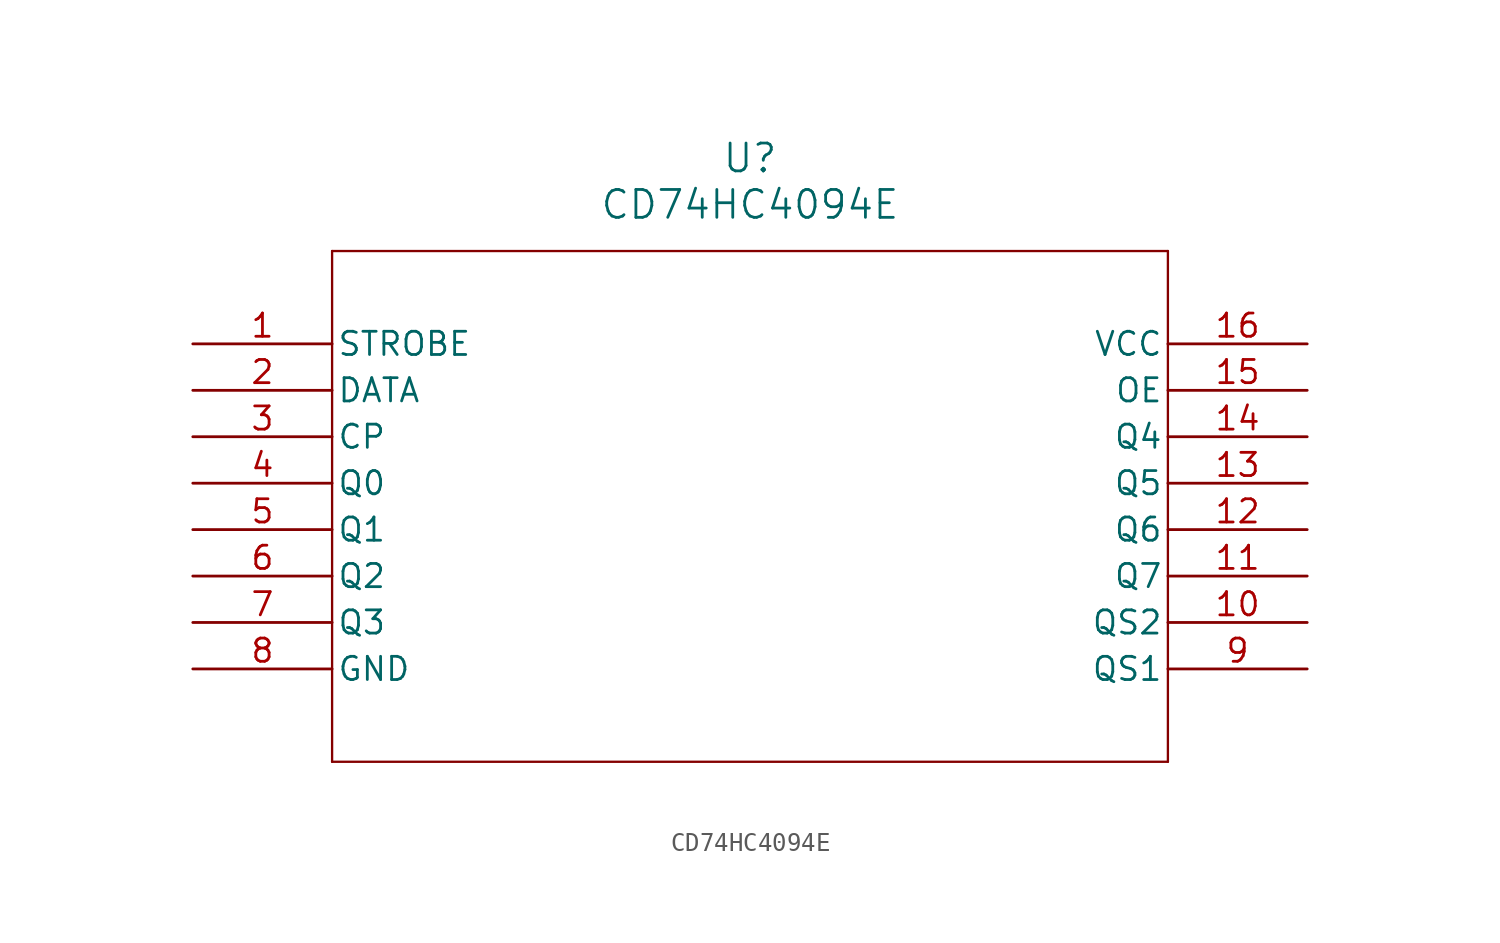
<source format=kicad_sym>
(kicad_symbol_lib
  (version 20211014)
  (generator kicad_symbol_editor)
  (symbol "CD74HC4094E"
    (pin_names
      (offset 0.254))
    (property "Reference" "U"
      (at 30.48 10.16 0)
      (effects (font (size 1.524 1.524))))
    (property "Value" "CD74HC4094E"
      (at 30.48 7.62 0)
      (effects (font (size 1.524 1.524))))
    (symbol "CD74HC4094E_0_1"
      (polyline (pts (xy 7.62 5.08) (xy 7.62 -22.86)) (stroke (width 0.127) (type default) (color 0 0 0 0)) (fill (type none)))
      (polyline (pts (xy 7.62 -22.86) (xy 53.34 -22.86)) (stroke (width 0.127) (type default) (color 0 0 0 0)) (fill (type none)))
      (polyline (pts (xy 53.34 -22.86) (xy 53.34 5.08)) (stroke (width 0.127) (type default) (color 0 0 0 0)) (fill (type none)))
      (polyline (pts (xy 53.34 5.08) (xy 7.62 5.08)) (stroke (width 0.127) (type default) (color 0 0 0 0)) (fill (type none)))
      (pin unspecified line (at 0 0 0) (length 7.62) (name "STROBE" (effects (font (size 1.27 1.27)))) (number "1" (effects (font (size 1.27 1.27)))))
      (pin unspecified line (at 0 -2.54 0) (length 7.62) (name "DATA" (effects (font (size 1.27 1.27)))) (number "2" (effects (font (size 1.27 1.27)))))
      (pin unspecified line (at 0 -5.08 0) (length 7.62) (name "CP" (effects (font (size 1.27 1.27)))) (number "3" (effects (font (size 1.27 1.27)))))
      (pin output line (at 0 -7.62 0) (length 7.62) (name "Q0" (effects (font (size 1.27 1.27)))) (number "4" (effects (font (size 1.27 1.27)))))
      (pin output line (at 0 -10.16 0) (length 7.62) (name "Q1" (effects (font (size 1.27 1.27)))) (number "5" (effects (font (size 1.27 1.27)))))
      (pin output line (at 0 -12.7 0) (length 7.62) (name "Q2" (effects (font (size 1.27 1.27)))) (number "6" (effects (font (size 1.27 1.27)))))
      (pin output line (at 0 -15.24 0) (length 7.62) (name "Q3" (effects (font (size 1.27 1.27)))) (number "7" (effects (font (size 1.27 1.27)))))
      (pin power_in line (at 0 -17.78 0) (length 7.62) (name "GND" (effects (font (size 1.27 1.27)))) (number "8" (effects (font (size 1.27 1.27)))))
      (pin output line (at 60.96 -17.78 180) (length 7.62) (name "QS1" (effects (font (size 1.27 1.27)))) (number "9" (effects (font (size 1.27 1.27)))))
      (pin output line (at 60.96 -15.24 180) (length 7.62) (name "QS2" (effects (font (size 1.27 1.27)))) (number "10" (effects (font (size 1.27 1.27)))))
      (pin output line (at 60.96 -12.7 180) (length 7.62) (name "Q7" (effects (font (size 1.27 1.27)))) (number "11" (effects (font (size 1.27 1.27)))))
      (pin output line (at 60.96 -10.16 180) (length 7.62) (name "Q6" (effects (font (size 1.27 1.27)))) (number "12" (effects (font (size 1.27 1.27)))))
      (pin output line (at 60.96 -7.62 180) (length 7.62) (name "Q5" (effects (font (size 1.27 1.27)))) (number "13" (effects (font (size 1.27 1.27)))))
      (pin output line (at 60.96 -5.08 180) (length 7.62) (name "Q4" (effects (font (size 1.27 1.27)))) (number "14" (effects (font (size 1.27 1.27)))))
      (pin input line (at 60.96 -2.54 180) (length 7.62) (name "OE" (effects (font (size 1.27 1.27)))) (number "15" (effects (font (size 1.27 1.27)))))
      (pin power_in line (at 60.96 0 180) (length 7.62) (name "VCC" (effects (font (size 1.27 1.27)))) (number "16" (effects (font (size 1.27 1.27))))))))
</source>
